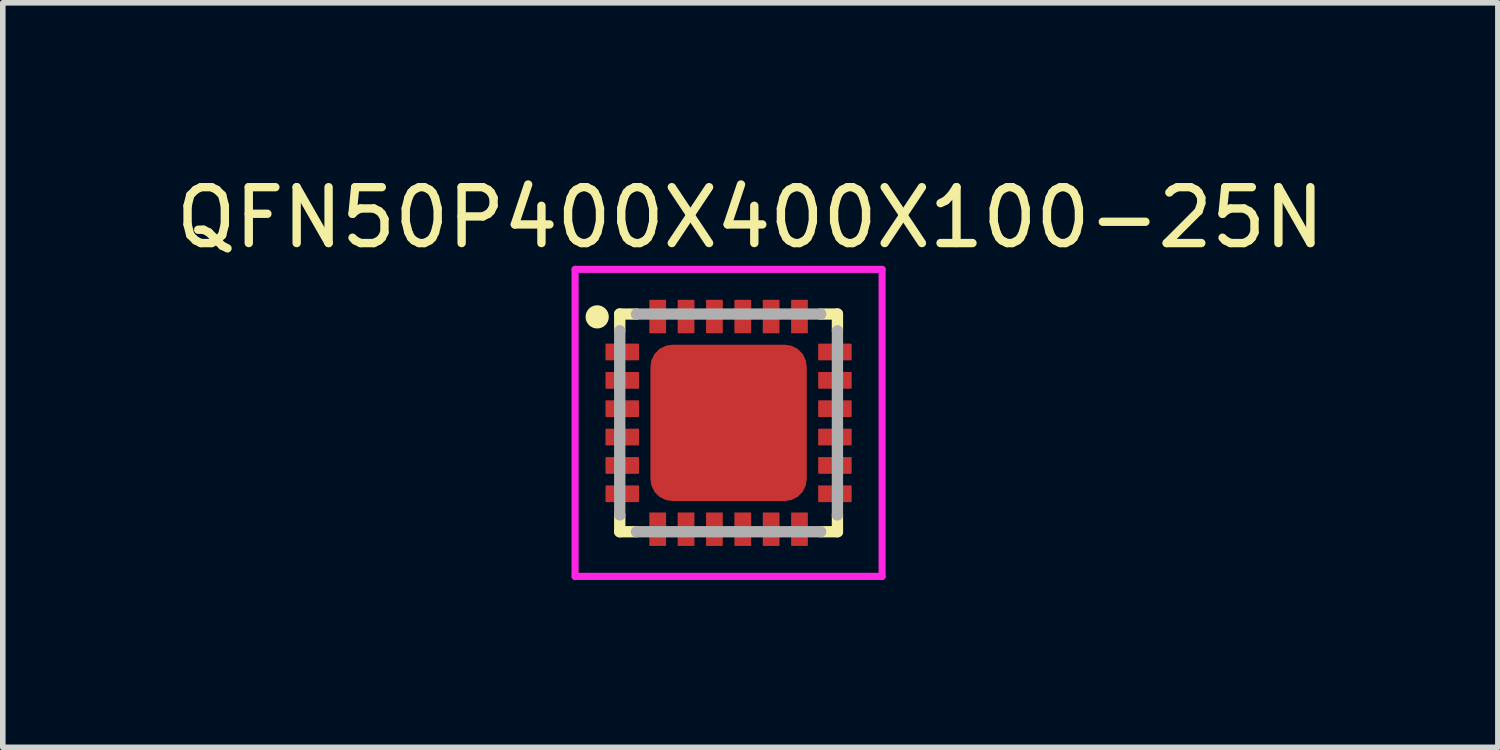
<source format=kicad_pcb>
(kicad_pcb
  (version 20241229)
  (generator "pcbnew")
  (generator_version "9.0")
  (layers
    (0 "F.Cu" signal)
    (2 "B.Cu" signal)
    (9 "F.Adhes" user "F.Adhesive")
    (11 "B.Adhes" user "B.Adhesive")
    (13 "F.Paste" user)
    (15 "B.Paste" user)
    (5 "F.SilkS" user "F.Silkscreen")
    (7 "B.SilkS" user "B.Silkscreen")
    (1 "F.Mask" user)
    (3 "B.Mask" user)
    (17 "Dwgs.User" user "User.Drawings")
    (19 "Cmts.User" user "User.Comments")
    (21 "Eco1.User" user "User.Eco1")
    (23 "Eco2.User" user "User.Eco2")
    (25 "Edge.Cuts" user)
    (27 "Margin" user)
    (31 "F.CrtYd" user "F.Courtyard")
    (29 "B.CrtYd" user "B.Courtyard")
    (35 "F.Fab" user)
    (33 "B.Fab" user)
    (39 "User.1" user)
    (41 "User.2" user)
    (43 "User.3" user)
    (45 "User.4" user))
  (footprint "QFN50P400X400X100-25N"
    (layer "F.Cu")
    (at 10.003 4.526)
    (property "Reference" "QFN50P400X400X100-25N" (at 0.389 -3.677 0) (layer "F.SilkS") (effects (font (size 1.001 1.001) (thickness 0.15))))
    (attr through_hole)
    (fp_line (start -1.95 -1.95) (end -1.65 -1.95) (stroke (width 0.203) (type solid)) (layer "F.SilkS"))
    (fp_line (start -1.95 -1.65) (end -1.95 -1.95) (stroke (width 0.203) (type solid)) (layer "F.SilkS"))
    (fp_line (start -1.95 1.95) (end -1.95 1.65) (stroke (width 0.203) (type solid)) (layer "F.SilkS"))
    (fp_line (start -1.65 1.95) (end -1.95 1.95) (stroke (width 0.203) (type solid)) (layer "F.SilkS"))
    (fp_line (start 1.65 -1.95) (end 1.95 -1.95) (stroke (width 0.203) (type solid)) (layer "F.SilkS"))
    (fp_line (start 1.95 -1.95) (end 1.95 -1.65) (stroke (width 0.203) (type solid)) (layer "F.SilkS"))
    (fp_line (start 1.95 1.65) (end 1.95 1.95) (stroke (width 0.203) (type solid)) (layer "F.SilkS"))
    (fp_line (start 1.95 1.95) (end 1.65 1.95) (stroke (width 0.203) (type solid)) (layer "F.SilkS"))
    (fp_circle (center -2.354 -1.899) (end -2.146 -1.899) (stroke (width 0) (type solid)) (fill yes) (layer "F.SilkS"))
    (fp_poly (pts (xy -0.887 -0.885) (xy 0.885 -0.885) (xy 0.885 0.887) (xy -0.887 0.887)) (stroke (width 0.01) (type solid)) (fill yes) (layer "F.Paste"))
    (fp_line (start -2.75 -2.75) (end -2.75 2.75) (stroke (width 0.127) (type solid)) (layer "F.CrtYd"))
    (fp_line (start -2.75 2.75) (end 2.75 2.75) (stroke (width 0.127) (type solid)) (layer "F.CrtYd"))
    (fp_line (start 2.75 -2.75) (end -2.75 -2.75) (stroke (width 0.127) (type solid)) (layer "F.CrtYd"))
    (fp_line (start 2.75 2.75) (end 2.75 -2.75) (stroke (width 0.127) (type solid)) (layer "F.CrtYd"))
    (fp_line (start -1.95 1.65) (end -1.95 -1.65) (stroke (width 0.203) (type solid)) (layer "F.Fab"))
    (fp_line (start -1.65 -1.95) (end 1.65 -1.95) (stroke (width 0.203) (type solid)) (layer "F.Fab"))
    (fp_line (start 1.65 1.95) (end -1.65 1.95) (stroke (width 0.203) (type solid)) (layer "F.Fab"))
    (fp_line (start 1.95 -1.65) (end 1.95 1.65) (stroke (width 0.203) (type solid)) (layer "F.Fab"))
    (pad "1" smd roundrect (at -1.905 -1.27) (size 0.6 0.3) (layers "F.Cu" "F.Mask" "F.Paste") (roundrect_rratio 0.04))
    (pad "2" smd roundrect (at -1.905 -0.762) (size 0.6 0.3) (layers "F.Cu" "F.Mask" "F.Paste") (roundrect_rratio 0.04))
    (pad "3" smd roundrect (at -1.905 -0.254) (size 0.6 0.3) (layers "F.Cu" "F.Mask" "F.Paste") (roundrect_rratio 0.04))
    (pad "4" smd roundrect (at -1.905 0.254) (size 0.6 0.3) (layers "F.Cu" "F.Mask" "F.Paste") (roundrect_rratio 0.04))
    (pad "5" smd roundrect (at -1.905 0.762) (size 0.6 0.3) (layers "F.Cu" "F.Mask" "F.Paste") (roundrect_rratio 0.04))
    (pad "6" smd roundrect (at -1.905 1.27) (size 0.6 0.3) (layers "F.Cu" "F.Mask" "F.Paste") (roundrect_rratio 0.04))
    (pad "7" smd roundrect (at -1.27 1.905 90) (size 0.6 0.3) (layers "F.Cu" "F.Mask" "F.Paste") (roundrect_rratio 0.04))
    (pad "8" smd roundrect (at -0.762 1.905 90) (size 0.6 0.3) (layers "F.Cu" "F.Mask" "F.Paste") (roundrect_rratio 0.04))
    (pad "9" smd roundrect (at -0.254 1.905 90) (size 0.6 0.3) (layers "F.Cu" "F.Mask" "F.Paste") (roundrect_rratio 0.04))
    (pad "10" smd roundrect (at 0.254 1.905 90) (size 0.6 0.3) (layers "F.Cu" "F.Mask" "F.Paste") (roundrect_rratio 0.04))
    (pad "11" smd roundrect (at 0.762 1.905 90) (size 0.6 0.3) (layers "F.Cu" "F.Mask" "F.Paste") (roundrect_rratio 0.04))
    (pad "12" smd roundrect (at 1.27 1.905 90) (size 0.6 0.3) (layers "F.Cu" "F.Mask" "F.Paste") (roundrect_rratio 0.04))
    (pad "13" smd roundrect (at 1.905 1.27 180) (size 0.6 0.3) (layers "F.Cu" "F.Mask" "F.Paste") (roundrect_rratio 0.04))
    (pad "14" smd roundrect (at 1.905 0.762 180) (size 0.6 0.3) (layers "F.Cu" "F.Mask" "F.Paste") (roundrect_rratio 0.04))
    (pad "15" smd roundrect (at 1.905 0.254 180) (size 0.6 0.3) (layers "F.Cu" "F.Mask" "F.Paste") (roundrect_rratio 0.04))
    (pad "16" smd roundrect (at 1.905 -0.254 180) (size 0.6 0.3) (layers "F.Cu" "F.Mask" "F.Paste") (roundrect_rratio 0.04))
    (pad "17" smd roundrect (at 1.905 -0.762 180) (size 0.6 0.3) (layers "F.Cu" "F.Mask" "F.Paste") (roundrect_rratio 0.04))
    (pad "18" smd roundrect (at 1.905 -1.27 180) (size 0.6 0.3) (layers "F.Cu" "F.Mask" "F.Paste") (roundrect_rratio 0.04))
    (pad "19" smd roundrect (at 1.27 -1.905 270) (size 0.6 0.3) (layers "F.Cu" "F.Mask" "F.Paste") (roundrect_rratio 0.04))
    (pad "20" smd roundrect (at 0.762 -1.905 270) (size 0.6 0.3) (layers "F.Cu" "F.Mask" "F.Paste") (roundrect_rratio 0.04))
    (pad "21" smd roundrect (at 0.254 -1.905 270) (size 0.6 0.3) (layers "F.Cu" "F.Mask" "F.Paste") (roundrect_rratio 0.04))
    (pad "22" smd roundrect (at -0.254 -1.905 270) (size 0.6 0.3) (layers "F.Cu" "F.Mask" "F.Paste") (roundrect_rratio 0.04))
    (pad "23" smd roundrect (at -0.762 -1.905 270) (size 0.6 0.3) (layers "F.Cu" "F.Mask" "F.Paste") (roundrect_rratio 0.04))
    (pad "24" smd roundrect (at -1.27 -1.905 270) (size 0.6 0.3) (layers "F.Cu" "F.Mask" "F.Paste") (roundrect_rratio 0.04))
    (pad "25" smd roundrect (at 0 0) (size 2.8 2.8) (layers "F.Cu" "F.Mask") (roundrect_rratio 0.14)))
  (gr_rect
    (start -3 -3)
    (end 23.785 10.339)
    (stroke (width 0.1) (type default))
    (fill no)
    (layer "Edge.Cuts")))
</source>
